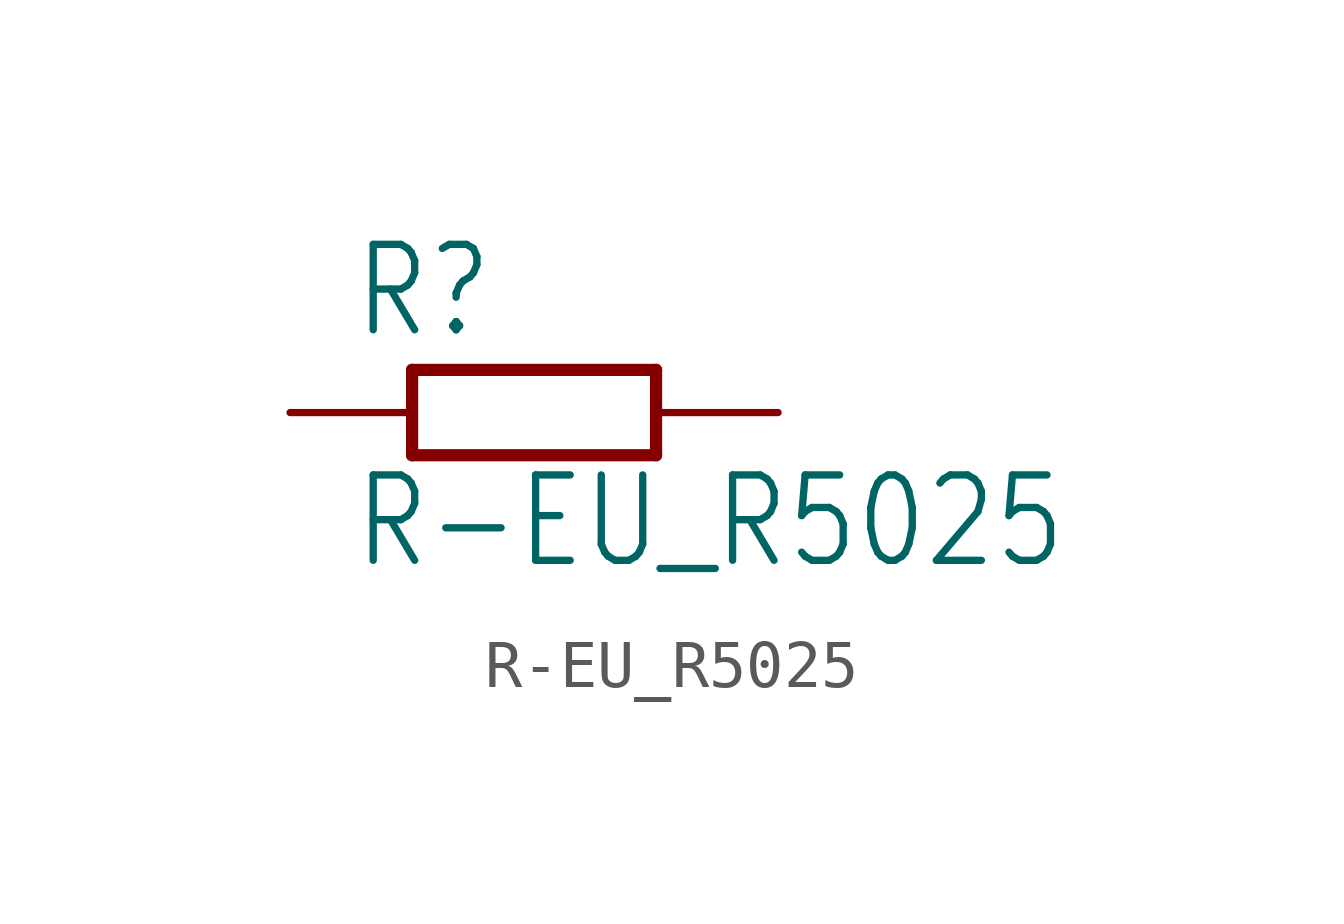
<source format=kicad_sym>
(kicad_symbol_lib
  (version 20211014)
  (generator kicad_symbol_editor)
  (symbol "R-EU_R5025"
    (property "Reference" "R"
      (at -3.81 1.499 0)
      (effects (font (size 1.778 1.511)) (justify left bottom)))
    (property "Value" "R-EU_R5025"
      (at -3.81 -3.302 0)
      (effects (font (size 1.778 1.511)) (justify left bottom)))
    (property "ki_locked" ""
      (at 0 0 0)
      (effects (font (size 1.27 1.27))))
    (symbol "R-EU_R5025_1_0"
      (polyline (pts (xy -2.54 -0.889) (xy -2.54 0.889)) (stroke (width 0.254) (type default) (color 0 0 0 0)) (fill (type none)))
      (polyline (pts (xy -2.54 -0.889) (xy 2.54 -0.889)) (stroke (width 0.254) (type default) (color 0 0 0 0)) (fill (type none)))
      (polyline (pts (xy 2.54 -0.889) (xy 2.54 0.889)) (stroke (width 0.254) (type default) (color 0 0 0 0)) (fill (type none)))
      (polyline (pts (xy 2.54 0.889) (xy -2.54 0.889)) (stroke (width 0.254) (type default) (color 0 0 0 0)) (fill (type none)))
      (pin passive line (at -5.08 0 0) (length 2.54) (name "1" (effects (font (size 0 0)))) (number "1" (effects (font (size 0 0)))))
      (pin passive line (at 5.08 0 180) (length 2.54) (name "2" (effects (font (size 0 0)))) (number "2" (effects (font (size 0 0))))))))
</source>
